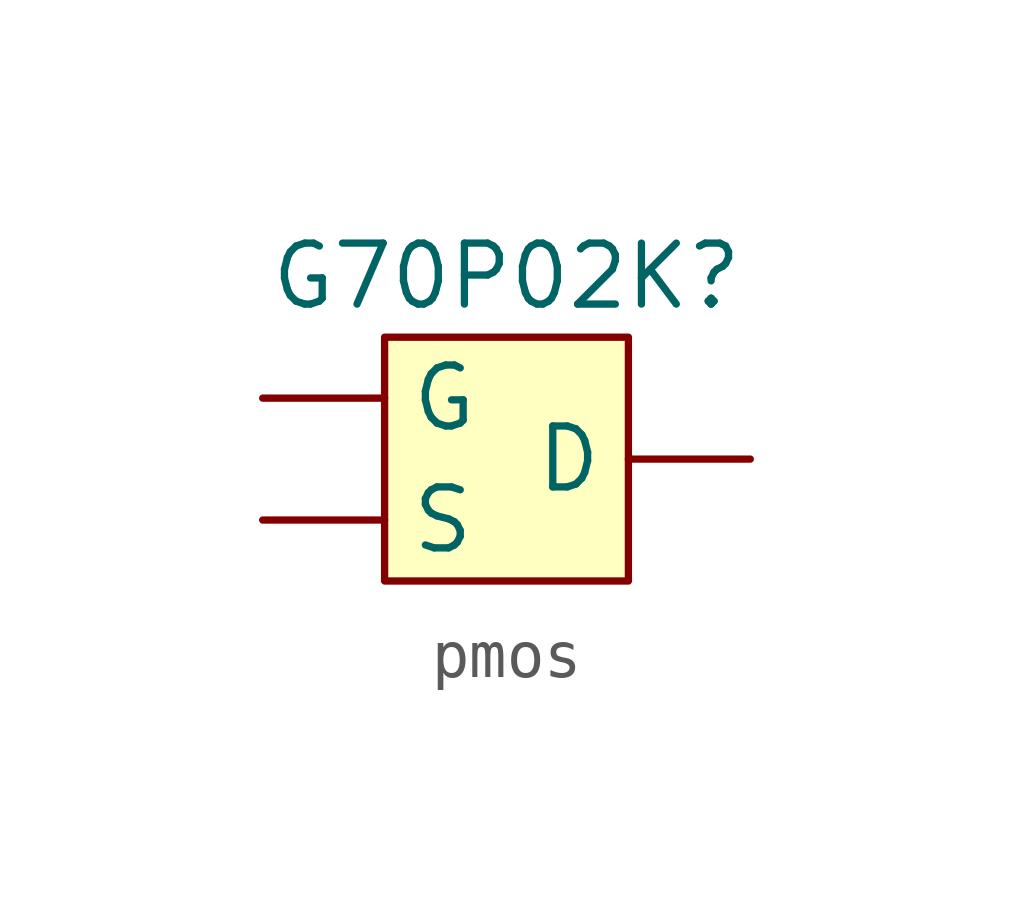
<source format=kicad_sym>
(kicad_symbol_lib
  (version 20220914)
  (generator kicad_symbol_editor)
  (symbol "pmos"
    (property "Reference" "G70P02K"
      (at 0 3.81 0)
      (effects (font (size 1.27 1.27))))
    (property "Value" ""
      (at 0 0 0)
      (effects (font (size 1.27 1.27))))
    (symbol "pmos_1_1"
      (rectangle (start -2.54 2.54) (end 2.54 -2.54) (stroke (width 0) (type default)) (fill (type background)))
      (pin unspecified line (at 5.08 0 180) (length 2.54) (name "D" (effects (font (size 1.27 1.27)))) (number "" (effects (font (size 1.27 1.27)))))
      (pin unspecified line (at -5.08 1.27 0) (length 2.54) (name "G" (effects (font (size 1.27 1.27)))) (number "" (effects (font (size 1.27 1.27)))))
      (pin unspecified line (at -5.08 -1.27 0) (length 2.54) (name "S" (effects (font (size 1.27 1.27)))) (number "" (effects (font (size 1.27 1.27))))))))
</source>
